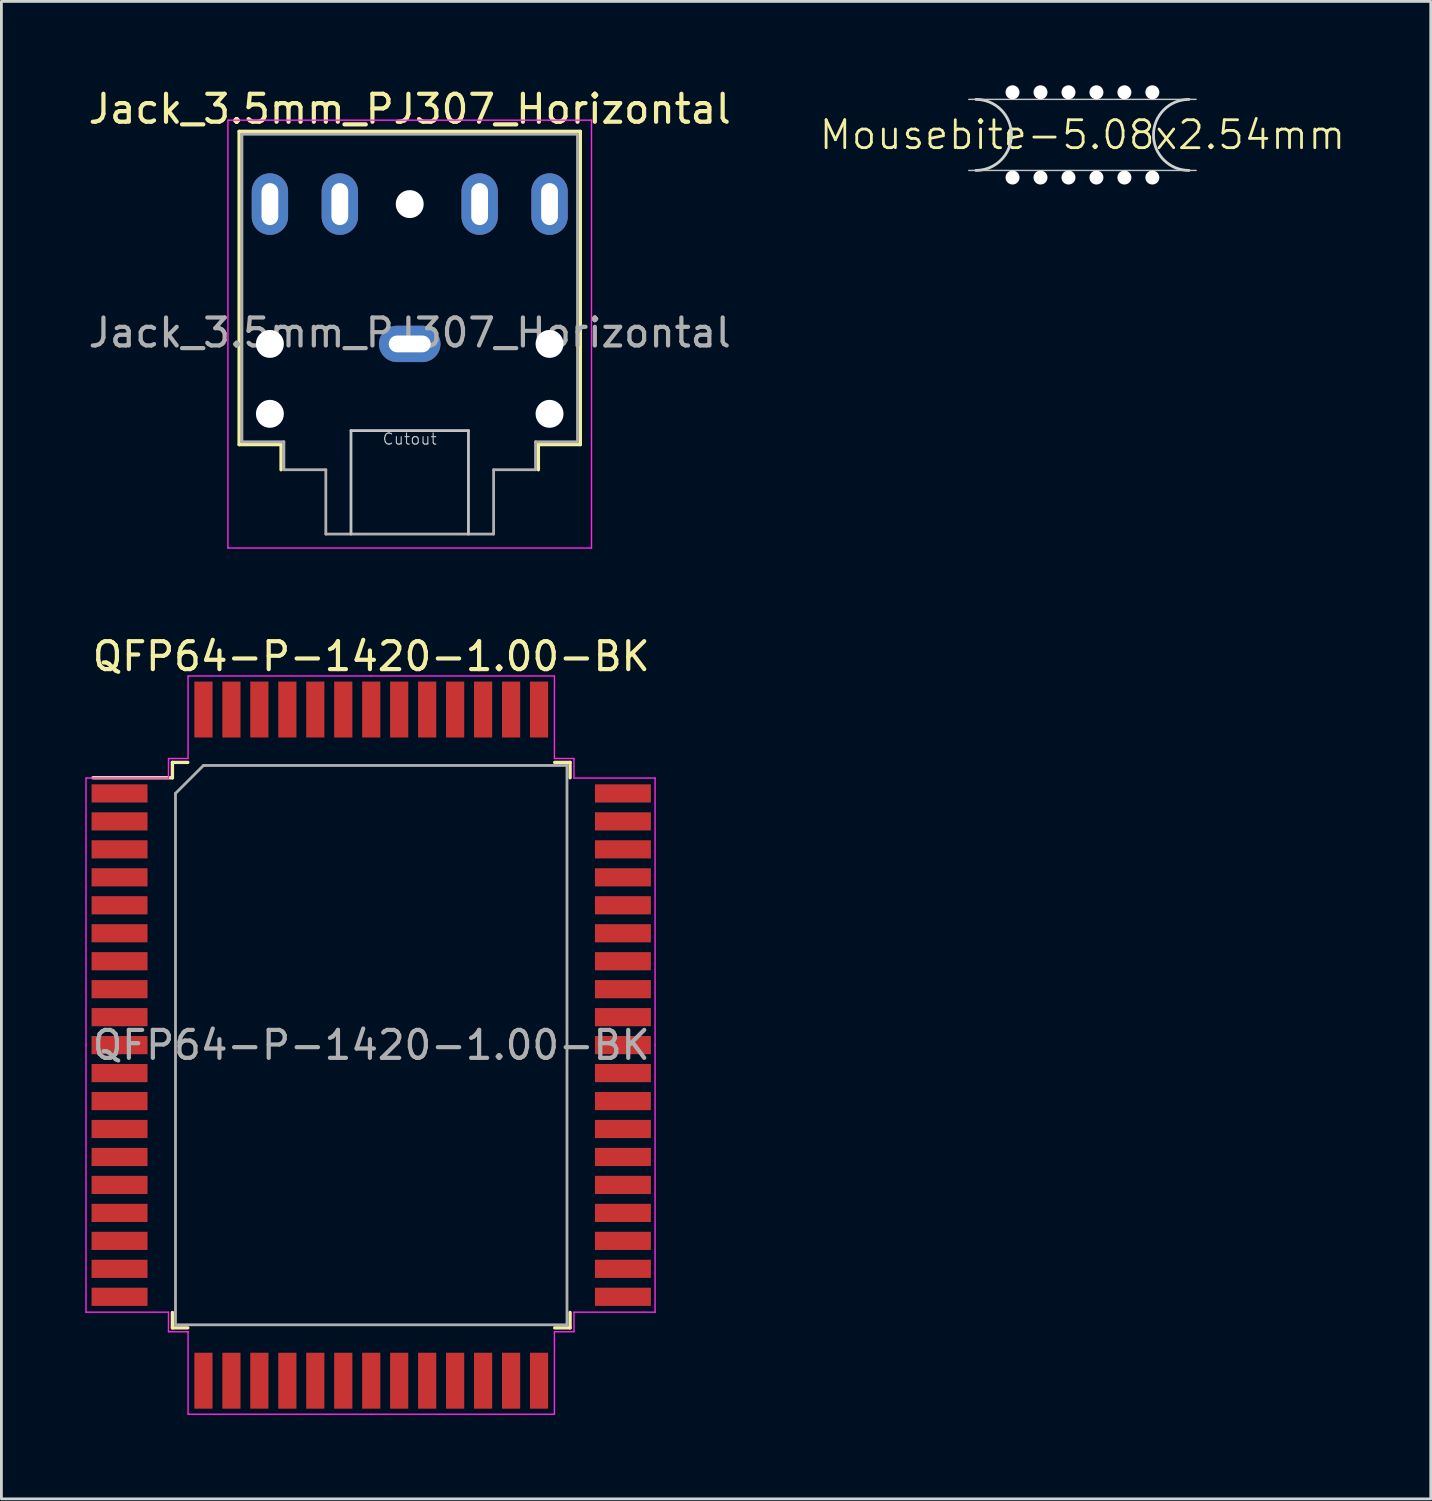
<source format=kicad_pcb>
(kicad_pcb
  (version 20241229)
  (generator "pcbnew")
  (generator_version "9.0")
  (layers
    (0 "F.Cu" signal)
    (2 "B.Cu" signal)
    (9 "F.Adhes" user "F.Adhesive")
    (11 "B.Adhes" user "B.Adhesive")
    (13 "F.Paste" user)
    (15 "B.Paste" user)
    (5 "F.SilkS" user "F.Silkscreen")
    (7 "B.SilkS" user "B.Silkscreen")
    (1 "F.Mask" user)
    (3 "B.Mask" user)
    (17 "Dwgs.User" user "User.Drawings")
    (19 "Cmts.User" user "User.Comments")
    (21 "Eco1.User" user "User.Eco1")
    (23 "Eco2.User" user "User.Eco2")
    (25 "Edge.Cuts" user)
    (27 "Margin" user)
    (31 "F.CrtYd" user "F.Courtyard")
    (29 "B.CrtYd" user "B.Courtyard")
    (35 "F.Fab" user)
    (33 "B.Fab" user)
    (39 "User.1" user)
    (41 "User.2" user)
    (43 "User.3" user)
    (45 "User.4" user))
  (footprint "Jack_3.5mm_PJ307_Horizontal"
    (layer "F.Cu")
    (at 11.601 9.248)
    (property "Reference" "Jack_3.5mm_PJ307_Horizontal" (at 0 -8.4 0) (layer "F.SilkS") (effects (font (size 1 1) (thickness 0.15))))
    (attr through_hole)
    (fp_line (start -6.1 -7.6) (end 6.1 -7.6) (stroke (width 0.12) (type solid)) (layer "F.SilkS"))
    (fp_line (start -6.1 3.6) (end -6.1 -7.6) (stroke (width 0.12) (type solid)) (layer "F.SilkS"))
    (fp_line (start -4.6 3.6) (end -6.1 3.6) (stroke (width 0.12) (type solid)) (layer "F.SilkS"))
    (fp_line (start -4.6 4.5) (end -4.6 3.6) (stroke (width 0.12) (type solid)) (layer "F.SilkS"))
    (fp_line (start 4.6 3.6) (end 4.6 4.5) (stroke (width 0.12) (type solid)) (layer "F.SilkS"))
    (fp_line (start 6.1 -7.6) (end 6.1 3.6) (stroke (width 0.12) (type solid)) (layer "F.SilkS"))
    (fp_line (start 6.1 3.6) (end 4.6 3.6) (stroke (width 0.12) (type solid)) (layer "F.SilkS"))
    (fp_line (start -2.1 3.1) (end -2.1 6.8) (stroke (width 0.1) (type solid)) (layer "Dwgs.User"))
    (fp_line (start 2.1 3.1) (end -2.1 3.1) (stroke (width 0.1) (type solid)) (layer "Dwgs.User"))
    (fp_line (start 2.1 3.1) (end 2.1 6.8) (stroke (width 0.1) (type solid)) (layer "Dwgs.User"))
    (fp_line (start -6.5 -8) (end -6.5 7.3) (stroke (width 0.05) (type solid)) (layer "F.CrtYd"))
    (fp_line (start -6.5 7.3) (end 6.5 7.3) (stroke (width 0.05) (type solid)) (layer "F.CrtYd"))
    (fp_line (start 6.5 -8) (end -6.5 -8) (stroke (width 0.05) (type solid)) (layer "F.CrtYd"))
    (fp_line (start 6.5 7.3) (end 6.5 -8) (stroke (width 0.05) (type solid)) (layer "F.CrtYd"))
    (fp_line (start -6 -7.5) (end 6 -7.5) (stroke (width 0.1) (type solid)) (layer "F.Fab"))
    (fp_line (start -6 3.5) (end -6 -7.5) (stroke (width 0.1) (type solid)) (layer "F.Fab"))
    (fp_line (start -4.5 3.5) (end -6 3.5) (stroke (width 0.1) (type solid)) (layer "F.Fab"))
    (fp_line (start -4.5 4.5) (end -4.5 3.5) (stroke (width 0.1) (type solid)) (layer "F.Fab"))
    (fp_line (start -3 4.5) (end -4.5 4.5) (stroke (width 0.1) (type solid)) (layer "F.Fab"))
    (fp_line (start -3 4.5) (end -3 6.8) (stroke (width 0.1) (type solid)) (layer "F.Fab"))
    (fp_line (start -3 6.8) (end 3 6.8) (stroke (width 0.1) (type solid)) (layer "F.Fab"))
    (fp_line (start 3 4.5) (end 3 6.8) (stroke (width 0.1) (type solid)) (layer "F.Fab"))
    (fp_line (start 4.5 3.5) (end 4.5 4.5) (stroke (width 0.1) (type solid)) (layer "F.Fab"))
    (fp_line (start 4.5 4.5) (end 3 4.5) (stroke (width 0.1) (type solid)) (layer "F.Fab"))
    (fp_line (start 6 -7.5) (end 6 3.5) (stroke (width 0.1) (type solid)) (layer "F.Fab"))
    (fp_line (start 6 3.5) (end 4.5 3.5) (stroke (width 0.1) (type solid)) (layer "F.Fab"))
    (fp_text user "Cutout" (at 0 3.4 0) (layer "Dwgs.User") (effects (font (size 0.4 0.4) (thickness 0.04))))
    (fp_text user "${REFERENCE}" (at 0 -0.4 180) (layer "F.Fab") (effects (font (size 1 1) (thickness 0.15))))
    (pad "" np_thru_hole circle (at -5 0 180) (size 1 1) (drill 1) (layers "*.Cu" "*.Mask"))
    (pad "" np_thru_hole circle (at -5 2.5 180) (size 1 1) (drill 1) (layers "*.Cu" "*.Mask"))
    (pad "" np_thru_hole circle (at 0 -5 180) (size 1 1) (drill 1) (layers "*.Cu" "*.Mask"))
    (pad "" np_thru_hole circle (at 5 0 180) (size 1 1) (drill 1) (layers "*.Cu" "*.Mask"))
    (pad "" np_thru_hole circle (at 5 2.5 180) (size 1 1) (drill 1) (layers "*.Cu" "*.Mask"))
    (pad "R" thru_hole oval (at -5 -5 90) (size 2.2 1.3) (drill oval 1.5 0.6) (layers "*.Cu" "*.Mask"))
    (pad "RN" thru_hole oval (at -2.5 -5 90) (size 2.2 1.3) (drill oval 1.5 0.6) (layers "*.Cu" "*.Mask"))
    (pad "S" thru_hole oval (at 0 0 180) (size 2.2 1.3) (drill oval 1.5 0.6) (layers "*.Cu" "*.Mask"))
    (pad "T" thru_hole oval (at 5 -5 270) (size 2.2 1.3) (drill oval 1.5 0.6) (layers "*.Cu" "*.Mask"))
    (pad "TN" thru_hole oval (at 2.5 -5 270) (size 2.2 1.3) (drill oval 1.5 0.6) (layers "*.Cu" "*.Mask")))
  (footprint "QFP64-P-1420-1.00-BK"
    (layer "F.Cu")
    (at 10.225 34.322)
    (property "Reference" "QFP64-P-1420-1.00-BK" (at 0 -13.9 0) (layer "F.SilkS") (effects (font (size 1 1) (thickness 0.15))))
    (attr smd)
    (fp_line (start -7.11 -10.11) (end -7.11 -9.56) (stroke (width 0.12) (type solid)) (layer "F.SilkS"))
    (fp_line (start -7.11 -9.56) (end -9.95 -9.56) (stroke (width 0.12) (type solid)) (layer "F.SilkS"))
    (fp_line (start -7.11 10.11) (end -7.11 9.56) (stroke (width 0.12) (type solid)) (layer "F.SilkS"))
    (fp_line (start -6.56 -10.11) (end -7.11 -10.11) (stroke (width 0.12) (type solid)) (layer "F.SilkS"))
    (fp_line (start -6.56 10.11) (end -7.11 10.11) (stroke (width 0.12) (type solid)) (layer "F.SilkS"))
    (fp_line (start 6.56 -10.11) (end 7.11 -10.11) (stroke (width 0.12) (type solid)) (layer "F.SilkS"))
    (fp_line (start 6.56 10.11) (end 7.11 10.11) (stroke (width 0.12) (type solid)) (layer "F.SilkS"))
    (fp_line (start 7.11 -10.11) (end 7.11 -9.56) (stroke (width 0.12) (type solid)) (layer "F.SilkS"))
    (fp_line (start 7.11 10.11) (end 7.11 9.56) (stroke (width 0.12) (type solid)) (layer "F.SilkS"))
    (fp_line (start -10.2 -9.55) (end -10.2 0) (stroke (width 0.05) (type solid)) (layer "F.CrtYd"))
    (fp_line (start -10.2 9.55) (end -10.2 0) (stroke (width 0.05) (type solid)) (layer "F.CrtYd"))
    (fp_line (start -7.25 -10.25) (end -7.25 -9.55) (stroke (width 0.05) (type solid)) (layer "F.CrtYd"))
    (fp_line (start -7.25 -9.55) (end -10.2 -9.55) (stroke (width 0.05) (type solid)) (layer "F.CrtYd"))
    (fp_line (start -7.25 9.55) (end -10.2 9.55) (stroke (width 0.05) (type solid)) (layer "F.CrtYd"))
    (fp_line (start -7.25 10.25) (end -7.25 9.55) (stroke (width 0.05) (type solid)) (layer "F.CrtYd"))
    (fp_line (start -6.55 -13.2) (end -6.55 -10.25) (stroke (width 0.05) (type solid)) (layer "F.CrtYd"))
    (fp_line (start -6.55 -10.25) (end -7.25 -10.25) (stroke (width 0.05) (type solid)) (layer "F.CrtYd"))
    (fp_line (start -6.55 10.25) (end -7.25 10.25) (stroke (width 0.05) (type solid)) (layer "F.CrtYd"))
    (fp_line (start -6.55 13.2) (end -6.55 10.25) (stroke (width 0.05) (type solid)) (layer "F.CrtYd"))
    (fp_line (start 0 -13.2) (end -6.55 -13.2) (stroke (width 0.05) (type solid)) (layer "F.CrtYd"))
    (fp_line (start 0 -13.2) (end 6.55 -13.2) (stroke (width 0.05) (type solid)) (layer "F.CrtYd"))
    (fp_line (start 0 13.2) (end -6.55 13.2) (stroke (width 0.05) (type solid)) (layer "F.CrtYd"))
    (fp_line (start 0 13.2) (end 6.55 13.2) (stroke (width 0.05) (type solid)) (layer "F.CrtYd"))
    (fp_line (start 6.55 -13.2) (end 6.55 -10.25) (stroke (width 0.05) (type solid)) (layer "F.CrtYd"))
    (fp_line (start 6.55 -10.25) (end 7.25 -10.25) (stroke (width 0.05) (type solid)) (layer "F.CrtYd"))
    (fp_line (start 6.55 10.25) (end 7.25 10.25) (stroke (width 0.05) (type solid)) (layer "F.CrtYd"))
    (fp_line (start 6.55 13.2) (end 6.55 10.25) (stroke (width 0.05) (type solid)) (layer "F.CrtYd"))
    (fp_line (start 7.25 -10.25) (end 7.25 -9.55) (stroke (width 0.05) (type solid)) (layer "F.CrtYd"))
    (fp_line (start 7.25 -9.55) (end 10.15 -9.55) (stroke (width 0.05) (type solid)) (layer "F.CrtYd"))
    (fp_line (start 7.25 9.55) (end 10.15 9.55) (stroke (width 0.05) (type solid)) (layer "F.CrtYd"))
    (fp_line (start 7.25 10.25) (end 7.25 9.55) (stroke (width 0.05) (type solid)) (layer "F.CrtYd"))
    (fp_line (start 10.15 -9.55) (end 10.15 0) (stroke (width 0.05) (type solid)) (layer "F.CrtYd"))
    (fp_line (start 10.15 9.55) (end 10.15 0) (stroke (width 0.05) (type solid)) (layer "F.CrtYd"))
    (fp_line (start -7 -9) (end -6 -10) (stroke (width 0.1) (type solid)) (layer "F.Fab"))
    (fp_line (start -7 10) (end -7 -9) (stroke (width 0.1) (type solid)) (layer "F.Fab"))
    (fp_line (start -6 -10) (end 7 -10) (stroke (width 0.1) (type solid)) (layer "F.Fab"))
    (fp_line (start 7 -10) (end 7 10) (stroke (width 0.1) (type solid)) (layer "F.Fab"))
    (fp_line (start 7 10) (end -7 10) (stroke (width 0.1) (type solid)) (layer "F.Fab"))
    (fp_text user "${REFERENCE}" (at 0 0 0) (layer "F.Fab") (effects (font (size 1 1) (thickness 0.15))))
    (pad "1" smd rect (at -9 -9) (size 2 0.65) (layers "F.Cu" "F.Mask" "F.Paste"))
    (pad "2" smd rect (at -9 -8) (size 2 0.65) (layers "F.Cu" "F.Mask" "F.Paste"))
    (pad "3" smd rect (at -9 -7) (size 2 0.65) (layers "F.Cu" "F.Mask" "F.Paste"))
    (pad "4" smd rect (at -9 -6) (size 2 0.65) (layers "F.Cu" "F.Mask" "F.Paste"))
    (pad "5" smd rect (at -9 -5) (size 2 0.65) (layers "F.Cu" "F.Mask" "F.Paste"))
    (pad "6" smd rect (at -9 -4) (size 2 0.65) (layers "F.Cu" "F.Mask" "F.Paste"))
    (pad "7" smd rect (at -9 -3) (size 2 0.65) (layers "F.Cu" "F.Mask" "F.Paste"))
    (pad "8" smd rect (at -9 -2) (size 2 0.65) (layers "F.Cu" "F.Mask" "F.Paste"))
    (pad "9" smd rect (at -9 -1) (size 2 0.65) (layers "F.Cu" "F.Mask" "F.Paste"))
    (pad "10" smd rect (at -9 0) (size 2 0.65) (layers "F.Cu" "F.Mask" "F.Paste"))
    (pad "11" smd rect (at -9 1) (size 2 0.65) (layers "F.Cu" "F.Mask" "F.Paste"))
    (pad "12" smd rect (at -9 2) (size 2 0.65) (layers "F.Cu" "F.Mask" "F.Paste"))
    (pad "13" smd rect (at -9 3) (size 2 0.65) (layers "F.Cu" "F.Mask" "F.Paste"))
    (pad "14" smd rect (at -9 4) (size 2 0.65) (layers "F.Cu" "F.Mask" "F.Paste"))
    (pad "15" smd rect (at -9 5) (size 2 0.65) (layers "F.Cu" "F.Mask" "F.Paste"))
    (pad "16" smd rect (at -9 6) (size 2 0.65) (layers "F.Cu" "F.Mask" "F.Paste"))
    (pad "17" smd rect (at -9 7) (size 2 0.65) (layers "F.Cu" "F.Mask" "F.Paste"))
    (pad "18" smd rect (at -9 8) (size 2 0.65) (layers "F.Cu" "F.Mask" "F.Paste"))
    (pad "19" smd rect (at -9 9) (size 2 0.65) (layers "F.Cu" "F.Mask" "F.Paste"))
    (pad "20" smd rect (at -6 12 90) (size 2 0.65) (layers "F.Cu" "F.Mask" "F.Paste"))
    (pad "21" smd rect (at -5 12 90) (size 2 0.65) (layers "F.Cu" "F.Mask" "F.Paste"))
    (pad "22" smd rect (at -4 12 90) (size 2 0.65) (layers "F.Cu" "F.Mask" "F.Paste"))
    (pad "23" smd rect (at -3 12 90) (size 2 0.65) (layers "F.Cu" "F.Mask" "F.Paste"))
    (pad "24" smd rect (at -2 12 90) (size 2 0.65) (layers "F.Cu" "F.Mask" "F.Paste"))
    (pad "25" smd rect (at -1 12 90) (size 2 0.65) (layers "F.Cu" "F.Mask" "F.Paste"))
    (pad "26" smd rect (at 0 12 90) (size 2 0.65) (layers "F.Cu" "F.Mask" "F.Paste"))
    (pad "27" smd rect (at 1 12 90) (size 2 0.65) (layers "F.Cu" "F.Mask" "F.Paste"))
    (pad "28" smd rect (at 2 12 90) (size 2 0.65) (layers "F.Cu" "F.Mask" "F.Paste"))
    (pad "29" smd rect (at 3 12 90) (size 2 0.65) (layers "F.Cu" "F.Mask" "F.Paste"))
    (pad "30" smd rect (at 4 12 90) (size 2 0.65) (layers "F.Cu" "F.Mask" "F.Paste"))
    (pad "31" smd rect (at 5 12 90) (size 2 0.65) (layers "F.Cu" "F.Mask" "F.Paste"))
    (pad "32" smd rect (at 6 12 90) (size 2 0.65) (layers "F.Cu" "F.Mask" "F.Paste"))
    (pad "33" smd rect (at 9 9) (size 2 0.65) (layers "F.Cu" "F.Mask" "F.Paste"))
    (pad "34" smd rect (at 9 8) (size 2 0.65) (layers "F.Cu" "F.Mask" "F.Paste"))
    (pad "35" smd rect (at 9 7) (size 2 0.65) (layers "F.Cu" "F.Mask" "F.Paste"))
    (pad "36" smd rect (at 9 6) (size 2 0.65) (layers "F.Cu" "F.Mask" "F.Paste"))
    (pad "37" smd rect (at 9 5) (size 2 0.65) (layers "F.Cu" "F.Mask" "F.Paste"))
    (pad "38" smd rect (at 9 4) (size 2 0.65) (layers "F.Cu" "F.Mask" "F.Paste"))
    (pad "39" smd rect (at 9 3) (size 2 0.65) (layers "F.Cu" "F.Mask" "F.Paste"))
    (pad "40" smd rect (at 9 2) (size 2 0.65) (layers "F.Cu" "F.Mask" "F.Paste"))
    (pad "41" smd rect (at 9 1) (size 2 0.65) (layers "F.Cu" "F.Mask" "F.Paste"))
    (pad "42" smd rect (at 9 0) (size 2 0.65) (layers "F.Cu" "F.Mask" "F.Paste"))
    (pad "43" smd rect (at 9 -1) (size 2 0.65) (layers "F.Cu" "F.Mask" "F.Paste"))
    (pad "44" smd rect (at 9 -2) (size 2 0.65) (layers "F.Cu" "F.Mask" "F.Paste"))
    (pad "45" smd rect (at 9 -3) (size 2 0.65) (layers "F.Cu" "F.Mask" "F.Paste"))
    (pad "46" smd rect (at 9 -4) (size 2 0.65) (layers "F.Cu" "F.Mask" "F.Paste"))
    (pad "47" smd rect (at 9 -5) (size 2 0.65) (layers "F.Cu" "F.Mask" "F.Paste"))
    (pad "48" smd rect (at 9 -6) (size 2 0.65) (layers "F.Cu" "F.Mask" "F.Paste"))
    (pad "49" smd rect (at 9 -7) (size 2 0.65) (layers "F.Cu" "F.Mask" "F.Paste"))
    (pad "50" smd rect (at 9 -8) (size 2 0.65) (layers "F.Cu" "F.Mask" "F.Paste"))
    (pad "51" smd rect (at 9 -9) (size 2 0.65) (layers "F.Cu" "F.Mask" "F.Paste"))
    (pad "52" smd rect (at 6 -12 90) (size 2 0.65) (layers "F.Cu" "F.Mask" "F.Paste"))
    (pad "53" smd rect (at 5 -12 90) (size 2 0.65) (layers "F.Cu" "F.Mask" "F.Paste"))
    (pad "54" smd rect (at 4 -12 90) (size 2 0.65) (layers "F.Cu" "F.Mask" "F.Paste"))
    (pad "55" smd rect (at 3 -12 90) (size 2 0.65) (layers "F.Cu" "F.Mask" "F.Paste"))
    (pad "56" smd rect (at 2 -12 90) (size 2 0.65) (layers "F.Cu" "F.Mask" "F.Paste"))
    (pad "57" smd rect (at 1 -12 90) (size 2 0.65) (layers "F.Cu" "F.Mask" "F.Paste"))
    (pad "58" smd rect (at 0 -12 90) (size 2 0.65) (layers "F.Cu" "F.Mask" "F.Paste"))
    (pad "59" smd rect (at -1 -12 90) (size 2 0.65) (layers "F.Cu" "F.Mask" "F.Paste"))
    (pad "60" smd rect (at -2 -12 90) (size 2 0.65) (layers "F.Cu" "F.Mask" "F.Paste"))
    (pad "61" smd rect (at -3 -12 90) (size 2 0.65) (layers "F.Cu" "F.Mask" "F.Paste"))
    (pad "62" smd rect (at -4 -12 90) (size 2 0.65) (layers "F.Cu" "F.Mask" "F.Paste"))
    (pad "63" smd rect (at -5 -12 90) (size 2 0.65) (layers "F.Cu" "F.Mask" "F.Paste"))
    (pad "64" smd rect (at -6 -12 90) (size 2 0.65) (layers "F.Cu" "F.Mask" "F.Paste")))
  (footprint "Mousebite-5.08x2.54mm"
    (layer "F.Cu")
    (at 35.657 1.774)
    (property "Reference" "Mousebite-5.08x2.54mm" (at 0 0 0) (unlocked yes) (layer "F.SilkS") (effects (font (size 1 1) (thickness 0.1))))
    (attr board_only exclude_from_pos_files exclude_from_bom allow_missing_courtyard)
    (fp_line (start -4.064 -1.27) (end 4.064 -1.27) (stroke (width 0.05) (type default)) (layer "Dwgs.User"))
    (fp_line (start -4.064 1.27) (end 4.064 1.27) (stroke (width 0.05) (type default)) (layer "Dwgs.User"))
    (fp_arc (start -3.81 -1.27) (mid -2.54 0) (end -3.81 1.27) (stroke (width 0.1) (type default)) (layer "Edge.Cuts"))
    (fp_arc (start 3.81 1.27) (mid 2.54 0) (end 3.81 -1.27) (stroke (width 0.1) (type default)) (layer "Edge.Cuts"))
    (pad "" np_thru_hole circle (at -2.5 -1.524) (size 0.5 0.5) (drill 0.5) (layers "*.Cu" "*.Mask"))
    (pad "" np_thru_hole circle (at -2.5 1.524) (size 0.5 0.5) (drill 0.5) (layers "*.Cu" "*.Mask"))
    (pad "" np_thru_hole circle (at -1.5 -1.524) (size 0.5 0.5) (drill 0.5) (layers "*.Cu" "*.Mask"))
    (pad "" np_thru_hole circle (at -1.5 1.524) (size 0.5 0.5) (drill 0.5) (layers "*.Cu" "*.Mask"))
    (pad "" np_thru_hole circle (at -0.5 -1.524) (size 0.5 0.5) (drill 0.5) (layers "*.Cu" "*.Mask"))
    (pad "" np_thru_hole circle (at -0.5 1.524) (size 0.5 0.5) (drill 0.5) (layers "*.Cu" "*.Mask"))
    (pad "" np_thru_hole circle (at 0.5 -1.524) (size 0.5 0.5) (drill 0.5) (layers "*.Cu" "*.Mask"))
    (pad "" np_thru_hole circle (at 0.5 1.524) (size 0.5 0.5) (drill 0.5) (layers "*.Cu" "*.Mask"))
    (pad "" np_thru_hole circle (at 1.5 -1.524) (size 0.5 0.5) (drill 0.5) (layers "*.Cu" "*.Mask"))
    (pad "" np_thru_hole circle (at 1.5 1.524) (size 0.5 0.5) (drill 0.5) (layers "*.Cu" "*.Mask"))
    (pad "" np_thru_hole circle (at 2.5 -1.524) (size 0.5 0.5) (drill 0.5) (layers "*.Cu" "*.Mask"))
    (pad "" np_thru_hole circle (at 2.5 1.524) (size 0.5 0.5) (drill 0.5) (layers "*.Cu" "*.Mask")))
  (gr_rect
    (start -3 -3)
    (end 48.112 50.547)
    (stroke (width 0.1) (type default))
    (fill no)
    (layer "Edge.Cuts")))
</source>
